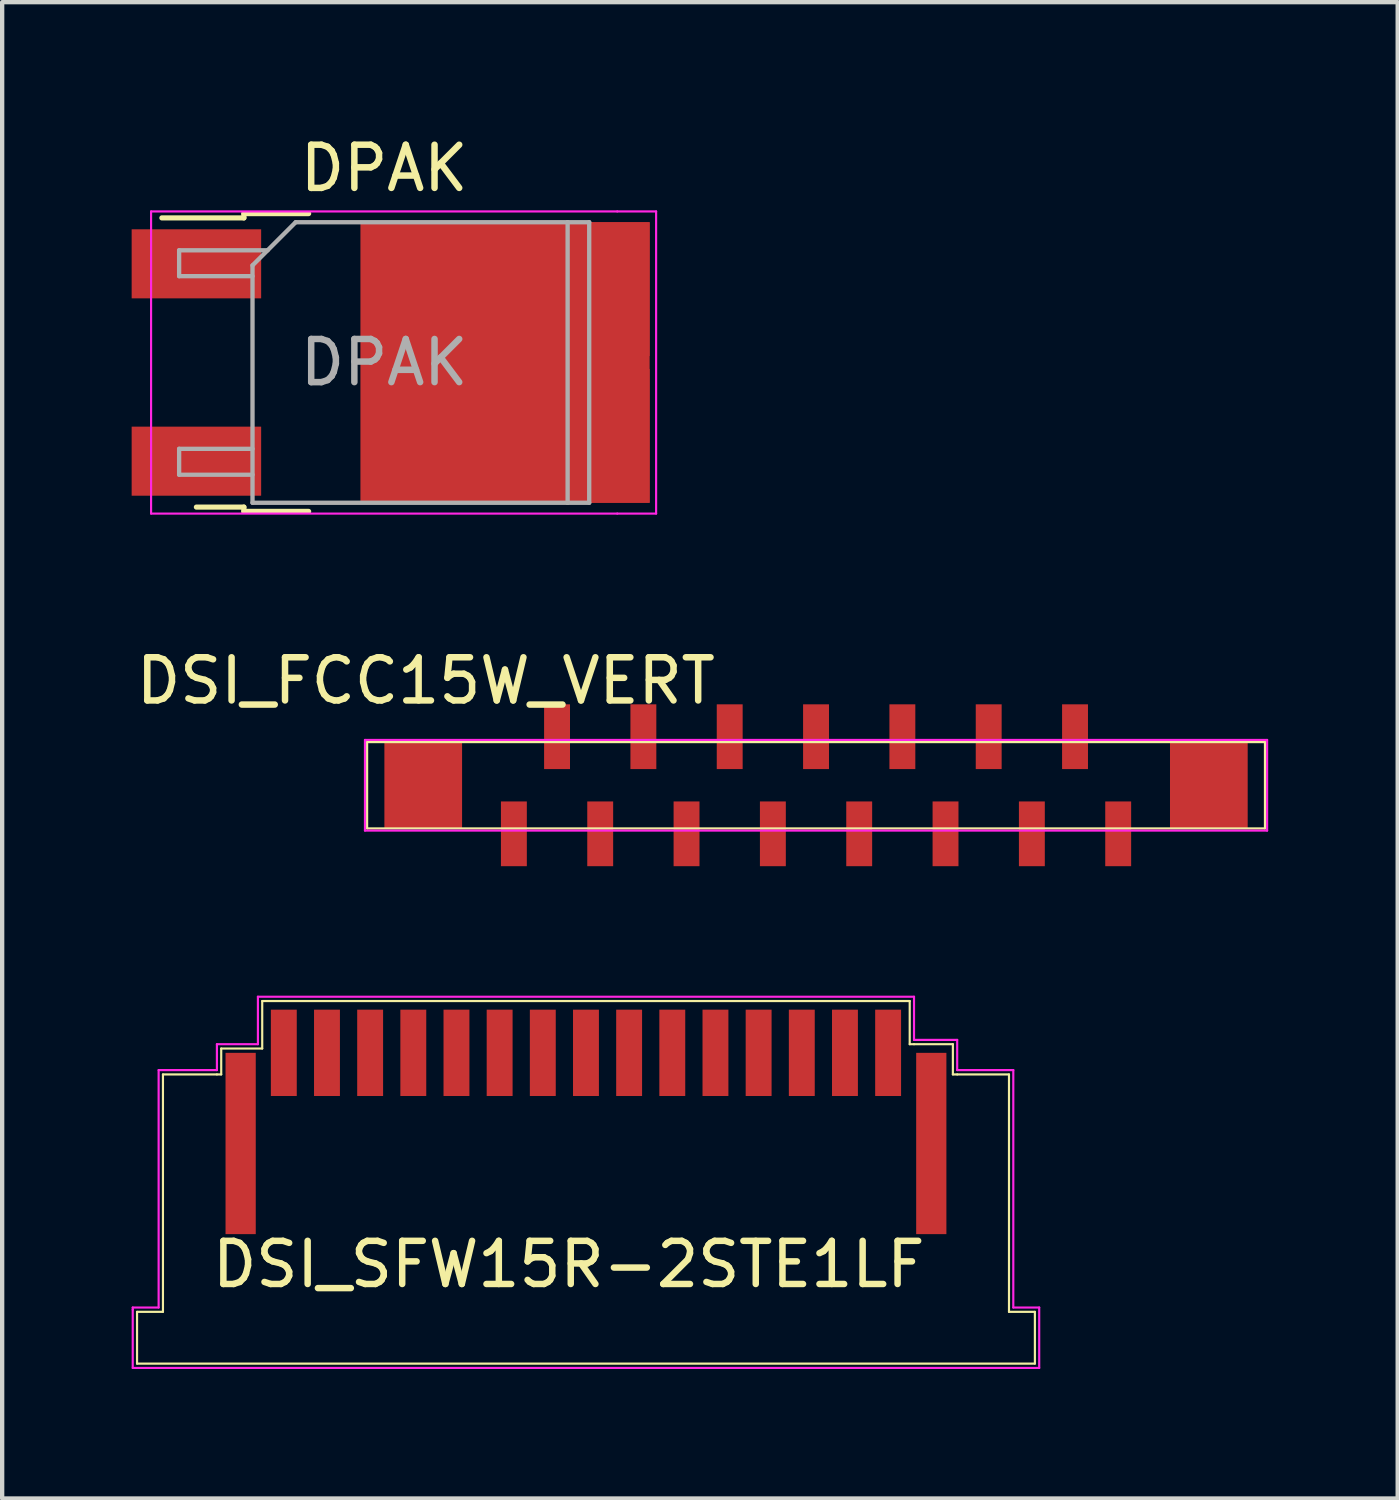
<source format=kicad_pcb>
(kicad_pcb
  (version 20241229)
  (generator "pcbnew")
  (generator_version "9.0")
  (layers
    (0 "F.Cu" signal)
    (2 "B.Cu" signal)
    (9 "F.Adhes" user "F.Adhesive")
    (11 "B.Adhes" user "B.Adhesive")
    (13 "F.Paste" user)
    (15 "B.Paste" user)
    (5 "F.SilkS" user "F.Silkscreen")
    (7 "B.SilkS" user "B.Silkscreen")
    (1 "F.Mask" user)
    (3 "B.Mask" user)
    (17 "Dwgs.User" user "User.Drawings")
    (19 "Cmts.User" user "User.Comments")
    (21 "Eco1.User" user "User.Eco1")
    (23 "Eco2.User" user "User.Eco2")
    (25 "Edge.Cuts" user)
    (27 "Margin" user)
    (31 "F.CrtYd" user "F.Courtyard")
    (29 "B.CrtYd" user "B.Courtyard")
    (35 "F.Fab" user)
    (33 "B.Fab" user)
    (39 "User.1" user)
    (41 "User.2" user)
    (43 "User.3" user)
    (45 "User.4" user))
  (footprint "DSI_FCC15W_VERT"
    (layer "F.Cu")
    (at 15.855 15.142)
    (property "Reference" "DSI_FCC15W_VERT" (at -9.04 -2.42 0) (layer "F.SilkS") (effects (font (size 1 1) (thickness 0.15))))
    (attr through_hole)
    (fp_line (start -10.4 -1) (end -10.4 1) (stroke (width 0.05) (type solid)) (layer "F.SilkS"))
    (fp_line (start 10.4 -1) (end -10.4 -1) (stroke (width 0.05) (type solid)) (layer "F.SilkS"))
    (fp_line (start 10.4 -1) (end 10.4 1) (stroke (width 0.05) (type solid)) (layer "F.SilkS"))
    (fp_line (start 10.4 1) (end -10.4 1) (stroke (width 0.05) (type solid)) (layer "F.SilkS"))
    (fp_line (start -10.45 -1.05) (end -10.45 1.05) (stroke (width 0.05) (type solid)) (layer "F.CrtYd"))
    (fp_line (start 10.45 -1.05) (end -10.45 -1.05) (stroke (width 0.05) (type solid)) (layer "F.CrtYd"))
    (fp_line (start 10.45 -1.05) (end 10.45 1.05) (stroke (width 0.05) (type solid)) (layer "F.CrtYd"))
    (fp_line (start 10.45 1.05) (end -10.45 1.05) (stroke (width 0.05) (type solid)) (layer "F.CrtYd"))
    (pad "1" smd rect (at -7 1.125) (size 0.6 1.5) (layers "F.Cu" "F.Mask" "F.Paste"))
    (pad "2" smd rect (at -6 -1.125) (size 0.6 1.5) (layers "F.Cu" "F.Mask" "F.Paste"))
    (pad "3" smd rect (at -5 1.125) (size 0.6 1.5) (layers "F.Cu" "F.Mask" "F.Paste"))
    (pad "4" smd rect (at -4 -1.125) (size 0.6 1.5) (layers "F.Cu" "F.Mask" "F.Paste"))
    (pad "5" smd rect (at -3 1.125) (size 0.6 1.5) (layers "F.Cu" "F.Mask" "F.Paste"))
    (pad "6" smd rect (at -2 -1.125) (size 0.6 1.5) (layers "F.Cu" "F.Mask" "F.Paste"))
    (pad "7" smd rect (at -1 1.125) (size 0.6 1.5) (layers "F.Cu" "F.Mask" "F.Paste"))
    (pad "8" smd rect (at 0 -1.125) (size 0.6 1.5) (layers "F.Cu" "F.Mask" "F.Paste"))
    (pad "9" smd rect (at 1 1.125) (size 0.6 1.5) (layers "F.Cu" "F.Mask" "F.Paste"))
    (pad "10" smd rect (at 2 -1.125) (size 0.6 1.5) (layers "F.Cu" "F.Mask" "F.Paste"))
    (pad "11" smd rect (at 3 1.125) (size 0.6 1.5) (layers "F.Cu" "F.Mask" "F.Paste"))
    (pad "12" smd rect (at 4 -1.125) (size 0.6 1.5) (layers "F.Cu" "F.Mask" "F.Paste"))
    (pad "13" smd rect (at 5 1.125) (size 0.6 1.5) (layers "F.Cu" "F.Mask" "F.Paste"))
    (pad "14" smd rect (at 6 -1.125) (size 0.6 1.5) (layers "F.Cu" "F.Mask" "F.Paste"))
    (pad "15" smd rect (at 7 1.125) (size 0.6 1.5) (layers "F.Cu" "F.Mask" "F.Paste"))
    (pad "NC" smd rect (at -9.1 0) (size 1.8 2) (layers "F.Cu" "F.Mask" "F.Paste"))
    (pad "NC" smd rect (at 9.1 0) (size 1.8 2) (layers "F.Cu" "F.Mask" "F.Paste")))
  (footprint "DSI_SFW15R-2STE1LF"
    (layer "F.Cu")
    (at 10.525 21.341)
    (property "Reference" "DSI_SFW15R-2STE1LF" (at -0.4 4.9 0) (layer "F.SilkS") (effects (font (size 1 1) (thickness 0.15))))
    (attr through_hole)
    (fp_line (start -10.4 6) (end -10.4 7.2) (stroke (width 0.05) (type solid)) (layer "F.SilkS"))
    (fp_line (start -10.4 6) (end -9.8 6) (stroke (width 0.05) (type solid)) (layer "F.SilkS"))
    (fp_line (start -9.8 0.5) (end -9.8 6) (stroke (width 0.05) (type solid)) (layer "F.SilkS"))
    (fp_line (start -9.8 0.5) (end -8.55 0.5) (stroke (width 0.05) (type solid)) (layer "F.SilkS"))
    (fp_line (start -8.45 -0.1) (end -8.45 0.5) (stroke (width 0.05) (type solid)) (layer "F.SilkS"))
    (fp_line (start -8.45 0.5) (end -8.55 0.5) (stroke (width 0.05) (type solid)) (layer "F.SilkS"))
    (fp_line (start -7.5 -1.2) (end -7.5 -0.1) (stroke (width 0.05) (type solid)) (layer "F.SilkS"))
    (fp_line (start -7.5 -0.1) (end -8.45 -0.1) (stroke (width 0.05) (type solid)) (layer "F.SilkS"))
    (fp_line (start 7.5 -1.2) (end -7.5 -1.2) (stroke (width 0.05) (type solid)) (layer "F.SilkS"))
    (fp_line (start 7.5 -0.2) (end 7.5 -1.2) (stroke (width 0.05) (type solid)) (layer "F.SilkS"))
    (fp_line (start 7.6 -0.2) (end 7.5 -0.2) (stroke (width 0.05) (type solid)) (layer "F.SilkS"))
    (fp_line (start 8.5 -0.2) (end 7.6 -0.2) (stroke (width 0.05) (type solid)) (layer "F.SilkS"))
    (fp_line (start 8.5 -0.2) (end 8.5 0.5) (stroke (width 0.05) (type solid)) (layer "F.SilkS"))
    (fp_line (start 8.5 0.5) (end 8.6 0.5) (stroke (width 0.05) (type solid)) (layer "F.SilkS"))
    (fp_line (start 9.8 0.5) (end 8.6 0.5) (stroke (width 0.05) (type solid)) (layer "F.SilkS"))
    (fp_line (start 9.8 0.5) (end 9.8 6) (stroke (width 0.05) (type solid)) (layer "F.SilkS"))
    (fp_line (start 9.8 6) (end 10.4 6) (stroke (width 0.05) (type solid)) (layer "F.SilkS"))
    (fp_line (start 10.4 6) (end 10.4 7.2) (stroke (width 0.05) (type solid)) (layer "F.SilkS"))
    (fp_line (start 10.4 7.2) (end -10.4 7.2) (stroke (width 0.05) (type solid)) (layer "F.SilkS"))
    (fp_line (start -10.5 5.9) (end -9.9 5.9) (stroke (width 0.05) (type solid)) (layer "F.CrtYd"))
    (fp_line (start -10.5 5.95) (end -10.5 5.9) (stroke (width 0.05) (type solid)) (layer "F.CrtYd"))
    (fp_line (start -10.5 7.3) (end -10.5 5.95) (stroke (width 0.05) (type solid)) (layer "F.CrtYd"))
    (fp_line (start -9.9 0.4) (end -8.55 0.4) (stroke (width 0.05) (type solid)) (layer "F.CrtYd"))
    (fp_line (start -9.9 5.9) (end -9.9 0.4) (stroke (width 0.05) (type solid)) (layer "F.CrtYd"))
    (fp_line (start -8.55 -0.2) (end -7.6 -0.2) (stroke (width 0.05) (type solid)) (layer "F.CrtYd"))
    (fp_line (start -8.55 0.4) (end -8.55 -0.2) (stroke (width 0.05) (type solid)) (layer "F.CrtYd"))
    (fp_line (start -7.6 -1.3) (end 7.6 -1.3) (stroke (width 0.05) (type solid)) (layer "F.CrtYd"))
    (fp_line (start -7.6 -0.2) (end -7.6 -1.3) (stroke (width 0.05) (type solid)) (layer "F.CrtYd"))
    (fp_line (start 7.6 -1.3) (end 7.6 -0.3) (stroke (width 0.05) (type solid)) (layer "F.CrtYd"))
    (fp_line (start 7.6 -0.3) (end 8.6 -0.3) (stroke (width 0.05) (type solid)) (layer "F.CrtYd"))
    (fp_line (start 8.6 -0.3) (end 8.6 0.4) (stroke (width 0.05) (type solid)) (layer "F.CrtYd"))
    (fp_line (start 8.6 0.4) (end 9.9 0.4) (stroke (width 0.05) (type solid)) (layer "F.CrtYd"))
    (fp_line (start 9.9 0.4) (end 9.9 5.9) (stroke (width 0.05) (type solid)) (layer "F.CrtYd"))
    (fp_line (start 9.9 5.9) (end 10.5 5.9) (stroke (width 0.05) (type solid)) (layer "F.CrtYd"))
    (fp_line (start 10.5 5.9) (end 10.5 7.3) (stroke (width 0.05) (type solid)) (layer "F.CrtYd"))
    (fp_line (start 10.5 7.3) (end -10.5 7.3) (stroke (width 0.05) (type solid)) (layer "F.CrtYd"))
    (pad "1" smd rect (at 7 0) (size 0.6 2) (layers "F.Cu" "F.Mask" "F.Paste"))
    (pad "2" smd rect (at 6 0) (size 0.6 2) (layers "F.Cu" "F.Mask" "F.Paste"))
    (pad "3" smd rect (at 5 0) (size 0.6 2) (layers "F.Cu" "F.Mask" "F.Paste"))
    (pad "4" smd rect (at 4 0) (size 0.6 2) (layers "F.Cu" "F.Mask" "F.Paste"))
    (pad "5" smd rect (at 3 0) (size 0.6 2) (layers "F.Cu" "F.Mask" "F.Paste"))
    (pad "6" smd rect (at 2 0) (size 0.6 2) (layers "F.Cu" "F.Mask" "F.Paste"))
    (pad "7" smd rect (at 1 0) (size 0.6 2) (layers "F.Cu" "F.Mask" "F.Paste"))
    (pad "8" smd rect (at 0 0) (size 0.6 2) (layers "F.Cu" "F.Mask" "F.Paste"))
    (pad "9" smd rect (at -1 0) (size 0.6 2) (layers "F.Cu" "F.Mask" "F.Paste"))
    (pad "10" smd rect (at -2 0) (size 0.6 2) (layers "F.Cu" "F.Mask" "F.Paste"))
    (pad "11" smd rect (at -3 0) (size 0.6 2) (layers "F.Cu" "F.Mask" "F.Paste"))
    (pad "12" smd rect (at -4 0) (size 0.6 2) (layers "F.Cu" "F.Mask" "F.Paste"))
    (pad "13" smd rect (at -5 0) (size 0.6 2) (layers "F.Cu" "F.Mask" "F.Paste"))
    (pad "14" smd rect (at -6 0) (size 0.6 2) (layers "F.Cu" "F.Mask" "F.Paste"))
    (pad "15" smd rect (at -7 0) (size 0.6 2) (layers "F.Cu" "F.Mask" "F.Paste"))
    (pad "NC" smd rect (at -8 2.1) (size 0.7 4.2) (layers "F.Cu" "F.Mask" "F.Paste"))
    (pad "NC" smd rect (at 8 2.1) (size 0.7 4.2) (layers "F.Cu" "F.Mask" "F.Paste")))
  (footprint "DPAK"
    (layer "F.Cu")
    (at 5.85 5.348)
    (property "Reference" "DPAK" (at 0 -4.5 0) (layer "F.SilkS") (effects (font (size 1 1) (thickness 0.15))))
    (attr smd)
    (fp_line (start -3.25 -3.45) (end -3.25 -3.35) (stroke (width 0.12) (type solid)) (layer "F.SilkS"))
    (fp_line (start -3.25 -3.35) (end -5.15 -3.35) (stroke (width 0.12) (type solid)) (layer "F.SilkS"))
    (fp_line (start -3.25 3.35) (end -4.35 3.35) (stroke (width 0.12) (type solid)) (layer "F.SilkS"))
    (fp_line (start -3.25 3.45) (end -3.25 3.35) (stroke (width 0.12) (type solid)) (layer "F.SilkS"))
    (fp_line (start -1.75 -3.45) (end -3.25 -3.45) (stroke (width 0.12) (type solid)) (layer "F.SilkS"))
    (fp_line (start -1.75 3.45) (end -3.25 3.45) (stroke (width 0.12) (type solid)) (layer "F.SilkS"))
    (fp_line (start -5.4 -3.5) (end -5.4 3.5) (stroke (width 0.05) (type solid)) (layer "F.CrtYd"))
    (fp_line (start -5.4 3.5) (end 5.4 3.5) (stroke (width 0.05) (type solid)) (layer "F.CrtYd"))
    (fp_line (start 5.4 -3.5) (end -5.4 -3.5) (stroke (width 0.05) (type solid)) (layer "F.CrtYd"))
    (fp_line (start 5.4 -3.5) (end 6.3 -3.5) (stroke (width 0.05) (type solid)) (layer "F.CrtYd"))
    (fp_line (start 5.4 3.5) (end 6.3 3.5) (stroke (width 0.05) (type solid)) (layer "F.CrtYd"))
    (fp_line (start 6.3 3.5) (end 6.3 -3.5) (stroke (width 0.05) (type solid)) (layer "F.CrtYd"))
    (fp_line (start -4.75 -2.6) (end -4.75 -2) (stroke (width 0.1) (type solid)) (layer "F.Fab"))
    (fp_line (start -4.75 -2) (end -3.05 -2) (stroke (width 0.1) (type solid)) (layer "F.Fab"))
    (fp_line (start -4.75 2) (end -4.75 2.6) (stroke (width 0.1) (type solid)) (layer "F.Fab"))
    (fp_line (start -4.75 2.6) (end -3.05 2.6) (stroke (width 0.1) (type solid)) (layer "F.Fab"))
    (fp_line (start -3.05 -2.25) (end -2.05 -3.25) (stroke (width 0.1) (type solid)) (layer "F.Fab"))
    (fp_line (start -3.05 2) (end -4.75 2) (stroke (width 0.1) (type solid)) (layer "F.Fab"))
    (fp_line (start -3.05 3.25) (end -3.05 -2.25) (stroke (width 0.1) (type solid)) (layer "F.Fab"))
    (fp_line (start -2.7 -2.6) (end -4.75 -2.6) (stroke (width 0.1) (type solid)) (layer "F.Fab"))
    (fp_line (start -2.05 -3.25) (end 4.25 -3.25) (stroke (width 0.1) (type solid)) (layer "F.Fab"))
    (fp_line (start 4.25 -3.25) (end 4.25 3.25) (stroke (width 0.1) (type solid)) (layer "F.Fab"))
    (fp_line (start 4.25 -3.25) (end 4.75 -3.25) (stroke (width 0.1) (type solid)) (layer "F.Fab"))
    (fp_line (start 4.25 3.25) (end -3.05 3.25) (stroke (width 0.1) (type solid)) (layer "F.Fab"))
    (fp_line (start 4.75 -3.25) (end 4.75 3.25) (stroke (width 0.1) (type solid)) (layer "F.Fab"))
    (fp_line (start 4.75 3.25) (end 4.25 3.25) (stroke (width 0.1) (type solid)) (layer "F.Fab"))
    (fp_text user "${REFERENCE}" (at 0 0 0) (layer "F.Fab") (effects (font (size 1 1) (thickness 0.15))))
    (pad "1" smd rect (at -4.35 -2.286) (size 3 1.6) (layers "F.Cu" "F.Mask" "F.Paste"))
    (pad "2" smd rect (at 1.35 -1.7) (size 3.2 3.1) (layers "F.Cu" "F.Paste"))
    (pad "2" smd rect (at 1.35 1.7) (size 3.2 3.1) (layers "F.Cu" "F.Paste"))
    (pad "2" smd rect (at 2.8 0) (size 6.7 6.5) (layers "F.Cu" "F.Mask"))
    (pad "2" smd rect (at 4.55 -1.7) (size 3.2 3.1) (layers "F.Cu" "F.Paste"))
    (pad "2" smd rect (at 4.55 1.7) (size 3.2 3.1) (layers "F.Cu" "F.Paste"))
    (pad "3" smd rect (at -4.35 2.286) (size 3 1.6) (layers "F.Cu" "F.Mask" "F.Paste")))
  (gr_rect
    (start -3 -3)
    (end 29.33 31.666)
    (stroke (width 0.1) (type default))
    (fill no)
    (layer "Edge.Cuts")))
</source>
